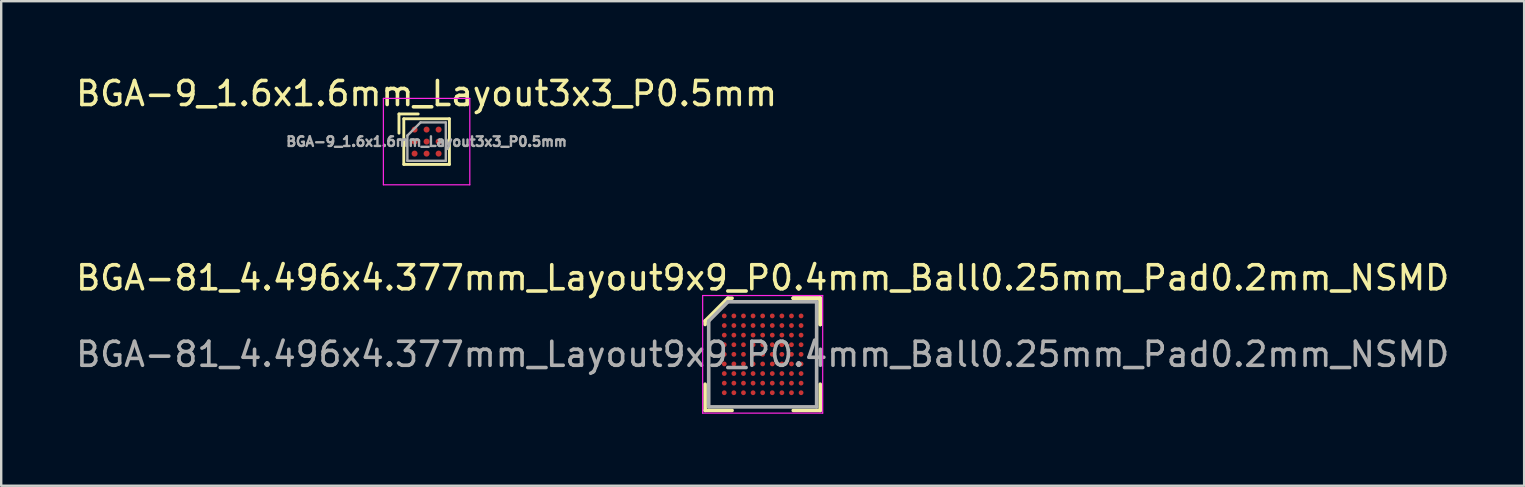
<source format=kicad_pcb>
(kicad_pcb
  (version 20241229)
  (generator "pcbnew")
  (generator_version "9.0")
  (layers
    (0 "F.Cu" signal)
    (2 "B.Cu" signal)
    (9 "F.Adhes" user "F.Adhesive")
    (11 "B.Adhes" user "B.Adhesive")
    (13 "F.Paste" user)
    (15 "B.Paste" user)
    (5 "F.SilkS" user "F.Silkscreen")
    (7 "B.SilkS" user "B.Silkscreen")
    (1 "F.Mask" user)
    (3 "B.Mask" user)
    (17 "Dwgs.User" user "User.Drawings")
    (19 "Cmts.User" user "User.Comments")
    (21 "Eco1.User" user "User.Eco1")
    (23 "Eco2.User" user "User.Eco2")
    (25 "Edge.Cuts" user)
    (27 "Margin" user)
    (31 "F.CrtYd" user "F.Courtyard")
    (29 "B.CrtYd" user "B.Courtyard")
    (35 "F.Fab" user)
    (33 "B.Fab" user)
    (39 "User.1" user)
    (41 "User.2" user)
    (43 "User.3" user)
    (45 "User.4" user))
  (footprint "BGA-81_4.496x4.377mm_Layout9x9_P0.4mm_Ball0.25mm_Pad0.2mm_NSMD"
    (layer "F.Cu")
    (at 28.72 11.71)
    (property "Reference" "BGA-81_4.496x4.377mm_Layout9x9_P0.4mm_Ball0.25mm_Pad0.2mm_NSMD" (at 0 -3.188 0) (layer "F.SilkS") (effects (font (size 1 1) (thickness 0.15))))
    (attr smd)
    (fp_line (start -2.398 -1.389) (end -2.398 -1.244) (stroke (width 0.15) (type solid)) (layer "F.SilkS"))
    (fp_line (start -2.398 2.338) (end -2.398 1.244) (stroke (width 0.15) (type solid)) (layer "F.SilkS"))
    (fp_line (start -1.448 -2.338) (end -2.398 -1.389) (stroke (width 0.15) (type solid)) (layer "F.SilkS"))
    (fp_line (start -1.274 -2.338) (end -1.448 -2.338) (stroke (width 0.15) (type solid)) (layer "F.SilkS"))
    (fp_line (start -1.274 2.338) (end -2.398 2.338) (stroke (width 0.15) (type solid)) (layer "F.SilkS"))
    (fp_line (start 1.274 -2.338) (end 2.398 -2.338) (stroke (width 0.15) (type solid)) (layer "F.SilkS"))
    (fp_line (start 1.274 -2.338) (end 2.398 -2.338) (stroke (width 0.15) (type solid)) (layer "F.SilkS"))
    (fp_line (start 1.274 -2.338) (end 2.398 -2.338) (stroke (width 0.15) (type solid)) (layer "F.SilkS"))
    (fp_line (start 1.274 2.338) (end 2.398 2.338) (stroke (width 0.15) (type solid)) (layer "F.SilkS"))
    (fp_line (start 2.398 -2.338) (end 2.398 -1.244) (stroke (width 0.15) (type solid)) (layer "F.SilkS"))
    (fp_line (start 2.398 -2.338) (end 2.398 -1.244) (stroke (width 0.15) (type solid)) (layer "F.SilkS"))
    (fp_line (start 2.398 -2.338) (end 2.398 -1.244) (stroke (width 0.15) (type solid)) (layer "F.SilkS"))
    (fp_line (start 2.398 2.338) (end 2.398 1.244) (stroke (width 0.15) (type solid)) (layer "F.SilkS"))
    (fp_line (start -2.5 -2.45) (end 2.5 -2.45) (stroke (width 0.05) (type solid)) (layer "F.CrtYd"))
    (fp_line (start -2.5 2.45) (end -2.5 -2.45) (stroke (width 0.05) (type solid)) (layer "F.CrtYd"))
    (fp_line (start 2.5 -2.45) (end 2.5 2.45) (stroke (width 0.05) (type solid)) (layer "F.CrtYd"))
    (fp_line (start 2.5 2.45) (end -2.5 2.45) (stroke (width 0.05) (type solid)) (layer "F.CrtYd"))
    (fp_line (start -2.248 -1.389) (end -2.248 2.188) (stroke (width 0.15) (type solid)) (layer "F.Fab"))
    (fp_line (start -2.248 2.188) (end 2.248 2.188) (stroke (width 0.15) (type solid)) (layer "F.Fab"))
    (fp_line (start -1.448 -2.188) (end -2.248 -1.389) (stroke (width 0.15) (type solid)) (layer "F.Fab"))
    (fp_line (start 2.248 -2.188) (end -1.448 -2.188) (stroke (width 0.15) (type solid)) (layer "F.Fab"))
    (fp_line (start 2.248 2.188) (end 2.248 -2.188) (stroke (width 0.15) (type solid)) (layer "F.Fab"))
    (fp_text user "${REFERENCE}" (at 0 0 0) (layer "F.Fab") (effects (font (size 1 1) (thickness 0.15))))
    (pad "A1" smd circle (at -1.6 -1.6) (size 0.2 0.2) (layers "F.Cu" "F.Mask" "F.Paste"))
    (pad "A2" smd circle (at -1.2 -1.6) (size 0.2 0.2) (layers "F.Cu" "F.Mask" "F.Paste"))
    (pad "A3" smd circle (at -0.8 -1.6) (size 0.2 0.2) (layers "F.Cu" "F.Mask" "F.Paste"))
    (pad "A4" smd circle (at -0.4 -1.6) (size 0.2 0.2) (layers "F.Cu" "F.Mask" "F.Paste"))
    (pad "A5" smd circle (at 0 -1.6) (size 0.2 0.2) (layers "F.Cu" "F.Mask" "F.Paste"))
    (pad "A6" smd circle (at 0.4 -1.6) (size 0.2 0.2) (layers "F.Cu" "F.Mask" "F.Paste"))
    (pad "A7" smd circle (at 0.8 -1.6) (size 0.2 0.2) (layers "F.Cu" "F.Mask" "F.Paste"))
    (pad "A8" smd circle (at 1.2 -1.6) (size 0.2 0.2) (layers "F.Cu" "F.Mask" "F.Paste"))
    (pad "A9" smd circle (at 1.6 -1.6) (size 0.2 0.2) (layers "F.Cu" "F.Mask" "F.Paste"))
    (pad "B1" smd circle (at -1.6 -1.2) (size 0.2 0.2) (layers "F.Cu" "F.Mask" "F.Paste"))
    (pad "B2" smd circle (at -1.2 -1.2) (size 0.2 0.2) (layers "F.Cu" "F.Mask" "F.Paste"))
    (pad "B3" smd circle (at -0.8 -1.2) (size 0.2 0.2) (layers "F.Cu" "F.Mask" "F.Paste"))
    (pad "B4" smd circle (at -0.4 -1.2) (size 0.2 0.2) (layers "F.Cu" "F.Mask" "F.Paste"))
    (pad "B5" smd circle (at 0 -1.2) (size 0.2 0.2) (layers "F.Cu" "F.Mask" "F.Paste"))
    (pad "B6" smd circle (at 0.4 -1.2) (size 0.2 0.2) (layers "F.Cu" "F.Mask" "F.Paste"))
    (pad "B7" smd circle (at 0.8 -1.2) (size 0.2 0.2) (layers "F.Cu" "F.Mask" "F.Paste"))
    (pad "B8" smd circle (at 1.2 -1.2) (size 0.2 0.2) (layers "F.Cu" "F.Mask" "F.Paste"))
    (pad "B9" smd circle (at 1.6 -1.2) (size 0.2 0.2) (layers "F.Cu" "F.Mask" "F.Paste"))
    (pad "C1" smd circle (at -1.6 -0.8) (size 0.2 0.2) (layers "F.Cu" "F.Mask" "F.Paste"))
    (pad "C2" smd circle (at -1.2 -0.8) (size 0.2 0.2) (layers "F.Cu" "F.Mask" "F.Paste"))
    (pad "C3" smd circle (at -0.8 -0.8) (size 0.2 0.2) (layers "F.Cu" "F.Mask" "F.Paste"))
    (pad "C4" smd circle (at -0.4 -0.8) (size 0.2 0.2) (layers "F.Cu" "F.Mask" "F.Paste"))
    (pad "C5" smd circle (at 0 -0.8) (size 0.2 0.2) (layers "F.Cu" "F.Mask" "F.Paste"))
    (pad "C6" smd circle (at 0.4 -0.8) (size 0.2 0.2) (layers "F.Cu" "F.Mask" "F.Paste"))
    (pad "C7" smd circle (at 0.8 -0.8) (size 0.2 0.2) (layers "F.Cu" "F.Mask" "F.Paste"))
    (pad "C8" smd circle (at 1.2 -0.8) (size 0.2 0.2) (layers "F.Cu" "F.Mask" "F.Paste"))
    (pad "C9" smd circle (at 1.6 -0.8) (size 0.2 0.2) (layers "F.Cu" "F.Mask" "F.Paste"))
    (pad "D1" smd circle (at -1.6 -0.4) (size 0.2 0.2) (layers "F.Cu" "F.Mask" "F.Paste"))
    (pad "D2" smd circle (at -1.2 -0.4) (size 0.2 0.2) (layers "F.Cu" "F.Mask" "F.Paste"))
    (pad "D3" smd circle (at -0.8 -0.4) (size 0.2 0.2) (layers "F.Cu" "F.Mask" "F.Paste"))
    (pad "D4" smd circle (at -0.4 -0.4) (size 0.2 0.2) (layers "F.Cu" "F.Mask" "F.Paste"))
    (pad "D5" smd circle (at 0 -0.4) (size 0.2 0.2) (layers "F.Cu" "F.Mask" "F.Paste"))
    (pad "D6" smd circle (at 0.4 -0.4) (size 0.2 0.2) (layers "F.Cu" "F.Mask" "F.Paste"))
    (pad "D7" smd circle (at 0.8 -0.4) (size 0.2 0.2) (layers "F.Cu" "F.Mask" "F.Paste"))
    (pad "D8" smd circle (at 1.2 -0.4) (size 0.2 0.2) (layers "F.Cu" "F.Mask" "F.Paste"))
    (pad "D9" smd circle (at 1.6 -0.4) (size 0.2 0.2) (layers "F.Cu" "F.Mask" "F.Paste"))
    (pad "E1" smd circle (at -1.6 0) (size 0.2 0.2) (layers "F.Cu" "F.Mask" "F.Paste"))
    (pad "E2" smd circle (at -1.2 0) (size 0.2 0.2) (layers "F.Cu" "F.Mask" "F.Paste"))
    (pad "E3" smd circle (at -0.8 0) (size 0.2 0.2) (layers "F.Cu" "F.Mask" "F.Paste"))
    (pad "E4" smd circle (at -0.4 0) (size 0.2 0.2) (layers "F.Cu" "F.Mask" "F.Paste"))
    (pad "E5" smd circle (at 0 0) (size 0.2 0.2) (layers "F.Cu" "F.Mask" "F.Paste"))
    (pad "E6" smd circle (at 0.4 0) (size 0.2 0.2) (layers "F.Cu" "F.Mask" "F.Paste"))
    (pad "E7" smd circle (at 0.8 0) (size 0.2 0.2) (layers "F.Cu" "F.Mask" "F.Paste"))
    (pad "E8" smd circle (at 1.2 0) (size 0.2 0.2) (layers "F.Cu" "F.Mask" "F.Paste"))
    (pad "E9" smd circle (at 1.6 0) (size 0.2 0.2) (layers "F.Cu" "F.Mask" "F.Paste"))
    (pad "F1" smd circle (at -1.6 0.4) (size 0.2 0.2) (layers "F.Cu" "F.Mask" "F.Paste"))
    (pad "F2" smd circle (at -1.2 0.4) (size 0.2 0.2) (layers "F.Cu" "F.Mask" "F.Paste"))
    (pad "F3" smd circle (at -0.8 0.4) (size 0.2 0.2) (layers "F.Cu" "F.Mask" "F.Paste"))
    (pad "F4" smd circle (at -0.4 0.4) (size 0.2 0.2) (layers "F.Cu" "F.Mask" "F.Paste"))
    (pad "F5" smd circle (at 0 0.4) (size 0.2 0.2) (layers "F.Cu" "F.Mask" "F.Paste"))
    (pad "F6" smd circle (at 0.4 0.4) (size 0.2 0.2) (layers "F.Cu" "F.Mask" "F.Paste"))
    (pad "F7" smd circle (at 0.8 0.4) (size 0.2 0.2) (layers "F.Cu" "F.Mask" "F.Paste"))
    (pad "F8" smd circle (at 1.2 0.4) (size 0.2 0.2) (layers "F.Cu" "F.Mask" "F.Paste"))
    (pad "F9" smd circle (at 1.6 0.4) (size 0.2 0.2) (layers "F.Cu" "F.Mask" "F.Paste"))
    (pad "G1" smd circle (at -1.6 0.8) (size 0.2 0.2) (layers "F.Cu" "F.Mask" "F.Paste"))
    (pad "G2" smd circle (at -1.2 0.8) (size 0.2 0.2) (layers "F.Cu" "F.Mask" "F.Paste"))
    (pad "G3" smd circle (at -0.8 0.8) (size 0.2 0.2) (layers "F.Cu" "F.Mask" "F.Paste"))
    (pad "G4" smd circle (at -0.4 0.8) (size 0.2 0.2) (layers "F.Cu" "F.Mask" "F.Paste"))
    (pad "G5" smd circle (at 0 0.8) (size 0.2 0.2) (layers "F.Cu" "F.Mask" "F.Paste"))
    (pad "G6" smd circle (at 0.4 0.8) (size 0.2 0.2) (layers "F.Cu" "F.Mask" "F.Paste"))
    (pad "G7" smd circle (at 0.8 0.8) (size 0.2 0.2) (layers "F.Cu" "F.Mask" "F.Paste"))
    (pad "G8" smd circle (at 1.2 0.8) (size 0.2 0.2) (layers "F.Cu" "F.Mask" "F.Paste"))
    (pad "G9" smd circle (at 1.6 0.8) (size 0.2 0.2) (layers "F.Cu" "F.Mask" "F.Paste"))
    (pad "H1" smd circle (at -1.6 1.2) (size 0.2 0.2) (layers "F.Cu" "F.Mask" "F.Paste"))
    (pad "H2" smd circle (at -1.2 1.2) (size 0.2 0.2) (layers "F.Cu" "F.Mask" "F.Paste"))
    (pad "H3" smd circle (at -0.8 1.2) (size 0.2 0.2) (layers "F.Cu" "F.Mask" "F.Paste"))
    (pad "H4" smd circle (at -0.4 1.2) (size 0.2 0.2) (layers "F.Cu" "F.Mask" "F.Paste"))
    (pad "H5" smd circle (at 0 1.2) (size 0.2 0.2) (layers "F.Cu" "F.Mask" "F.Paste"))
    (pad "H6" smd circle (at 0.4 1.2) (size 0.2 0.2) (layers "F.Cu" "F.Mask" "F.Paste"))
    (pad "H7" smd circle (at 0.8 1.2) (size 0.2 0.2) (layers "F.Cu" "F.Mask" "F.Paste"))
    (pad "H8" smd circle (at 1.2 1.2) (size 0.2 0.2) (layers "F.Cu" "F.Mask" "F.Paste"))
    (pad "H9" smd circle (at 1.6 1.2) (size 0.2 0.2) (layers "F.Cu" "F.Mask" "F.Paste"))
    (pad "J1" smd circle (at -1.6 1.6) (size 0.2 0.2) (layers "F.Cu" "F.Mask" "F.Paste"))
    (pad "J2" smd circle (at -1.2 1.6) (size 0.2 0.2) (layers "F.Cu" "F.Mask" "F.Paste"))
    (pad "J3" smd circle (at -0.8 1.6) (size 0.2 0.2) (layers "F.Cu" "F.Mask" "F.Paste"))
    (pad "J4" smd circle (at -0.4 1.6) (size 0.2 0.2) (layers "F.Cu" "F.Mask" "F.Paste"))
    (pad "J5" smd circle (at 0 1.6) (size 0.2 0.2) (layers "F.Cu" "F.Mask" "F.Paste"))
    (pad "J6" smd circle (at 0.4 1.6) (size 0.2 0.2) (layers "F.Cu" "F.Mask" "F.Paste"))
    (pad "J7" smd circle (at 0.8 1.6) (size 0.2 0.2) (layers "F.Cu" "F.Mask" "F.Paste"))
    (pad "J8" smd circle (at 1.2 1.6) (size 0.2 0.2) (layers "F.Cu" "F.Mask" "F.Paste"))
    (pad "J9" smd circle (at 1.6 1.6) (size 0.2 0.2) (layers "F.Cu" "F.Mask" "F.Paste")))
  (footprint "BGA-9_1.6x1.6mm_Layout3x3_P0.5mm"
    (layer "F.Cu")
    (at 14.72 2.848)
    (property "Reference" "BGA-9_1.6x1.6mm_Layout3x3_P0.5mm" (at 0 -2 0) (layer "F.SilkS") (effects (font (size 1 1) (thickness 0.15))))
    (attr smd)
    (fp_line (start -1.15 -1.15) (end -1.15 -0.35) (stroke (width 0.12) (type solid)) (layer "F.SilkS"))
    (fp_line (start -1.15 -1.15) (end -0.35 -1.15) (stroke (width 0.12) (type solid)) (layer "F.SilkS"))
    (fp_line (start -0.95 -0.95) (end -0.95 0.95) (stroke (width 0.12) (type solid)) (layer "F.SilkS"))
    (fp_line (start -0.95 0.95) (end 0.95 0.95) (stroke (width 0.12) (type solid)) (layer "F.SilkS"))
    (fp_line (start 0.95 -0.95) (end -0.95 -0.95) (stroke (width 0.12) (type solid)) (layer "F.SilkS"))
    (fp_line (start 0.95 0.95) (end 0.95 -0.95) (stroke (width 0.12) (type solid)) (layer "F.SilkS"))
    (fp_line (start -1.8 -1.8) (end -1.8 1.8) (stroke (width 0.05) (type solid)) (layer "F.CrtYd"))
    (fp_line (start -1.8 -1.8) (end 1.8 -1.8) (stroke (width 0.05) (type solid)) (layer "F.CrtYd"))
    (fp_line (start 1.8 1.8) (end -1.8 1.8) (stroke (width 0.05) (type solid)) (layer "F.CrtYd"))
    (fp_line (start 1.8 1.8) (end 1.8 -1.8) (stroke (width 0.05) (type solid)) (layer "F.CrtYd"))
    (fp_line (start -0.8 -0.25) (end -0.25 -0.8) (stroke (width 0.1) (type solid)) (layer "F.Fab"))
    (fp_line (start -0.8 0.8) (end -0.8 -0.25) (stroke (width 0.1) (type solid)) (layer "F.Fab"))
    (fp_line (start -0.25 -0.8) (end 0.8 -0.8) (stroke (width 0.1) (type solid)) (layer "F.Fab"))
    (fp_line (start 0.8 -0.8) (end 0.8 0.8) (stroke (width 0.1) (type solid)) (layer "F.Fab"))
    (fp_line (start 0.8 0.8) (end -0.8 0.8) (stroke (width 0.1) (type solid)) (layer "F.Fab"))
    (fp_text user "${REFERENCE}" (at 0 0 0) (layer "F.Fab") (effects (font (size 0.4 0.4) (thickness 0.1))))
    (pad "A1" smd circle (at -0.5 -0.5) (size 0.25 0.25) (layers "F.Cu" "F.Mask" "F.Paste"))
    (pad "A2" smd circle (at 0 -0.5) (size 0.25 0.25) (layers "F.Cu" "F.Mask" "F.Paste"))
    (pad "A3" smd circle (at 0.5 -0.5) (size 0.25 0.25) (layers "F.Cu" "F.Mask" "F.Paste"))
    (pad "B1" smd circle (at -0.5 0) (size 0.25 0.25) (layers "F.Cu" "F.Mask" "F.Paste"))
    (pad "B2" smd circle (at 0 0) (size 0.25 0.25) (layers "F.Cu" "F.Mask" "F.Paste"))
    (pad "B3" smd circle (at 0.5 0) (size 0.25 0.25) (layers "F.Cu" "F.Mask" "F.Paste"))
    (pad "C1" smd circle (at -0.5 0.5) (size 0.25 0.25) (layers "F.Cu" "F.Mask" "F.Paste"))
    (pad "C2" smd circle (at 0 0.5) (size 0.25 0.25) (layers "F.Cu" "F.Mask" "F.Paste"))
    (pad "C3" smd circle (at 0.5 0.5) (size 0.25 0.25) (layers "F.Cu" "F.Mask" "F.Paste")))
  (gr_rect
    (start -3 -3)
    (end 60.44 17.185)
    (stroke (width 0.1) (type default))
    (fill no)
    (layer "Edge.Cuts")))
</source>
